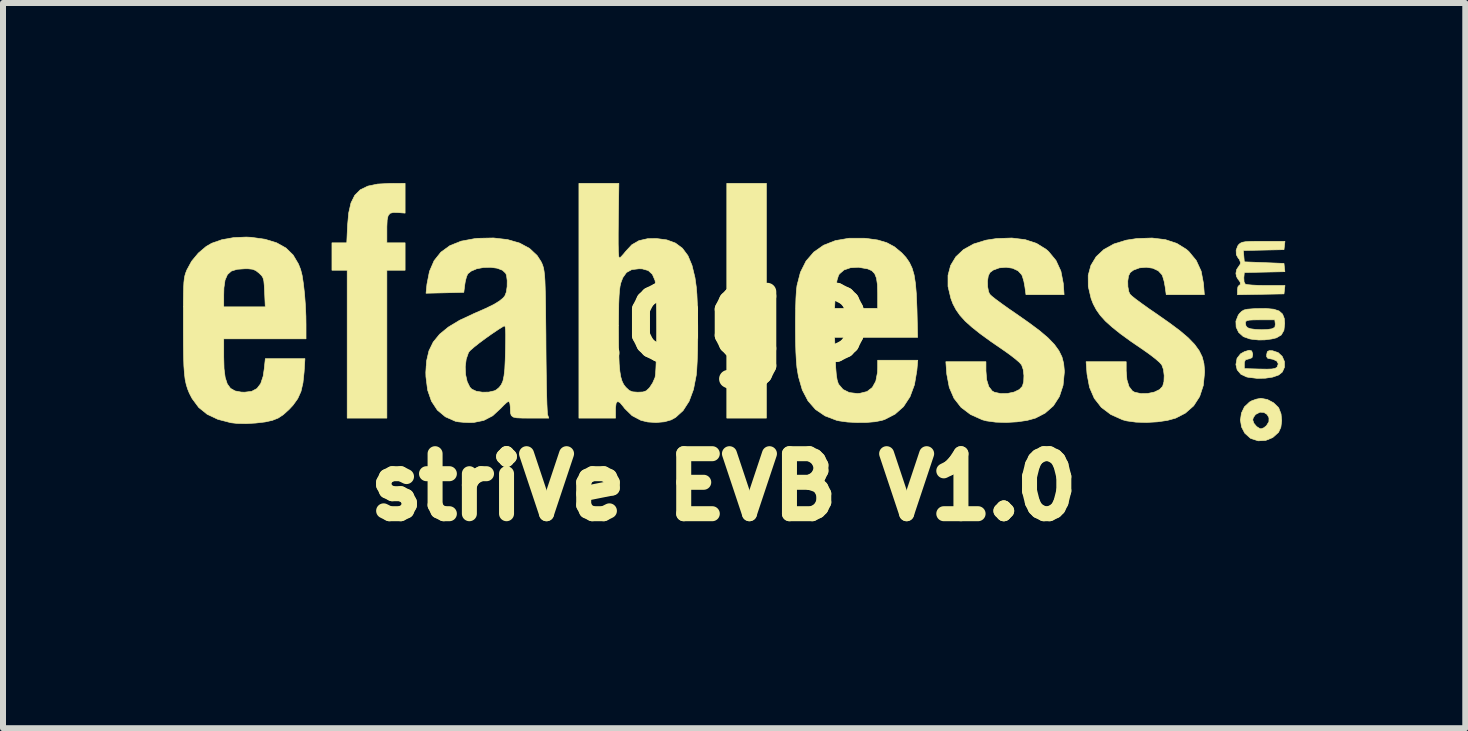
<source format=kicad_pcb>
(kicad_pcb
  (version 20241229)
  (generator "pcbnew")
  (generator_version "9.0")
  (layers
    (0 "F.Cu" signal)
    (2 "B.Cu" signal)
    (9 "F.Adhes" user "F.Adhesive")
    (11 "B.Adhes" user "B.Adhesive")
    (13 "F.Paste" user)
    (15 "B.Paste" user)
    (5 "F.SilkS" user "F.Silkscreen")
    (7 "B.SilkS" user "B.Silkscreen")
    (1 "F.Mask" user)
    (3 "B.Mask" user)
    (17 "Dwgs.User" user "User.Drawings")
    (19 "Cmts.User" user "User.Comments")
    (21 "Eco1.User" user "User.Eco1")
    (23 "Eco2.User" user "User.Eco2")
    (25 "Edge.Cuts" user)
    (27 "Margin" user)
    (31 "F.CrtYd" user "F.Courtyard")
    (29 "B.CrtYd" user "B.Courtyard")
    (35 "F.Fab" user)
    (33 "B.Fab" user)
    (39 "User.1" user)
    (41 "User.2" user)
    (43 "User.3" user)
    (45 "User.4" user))
  (footprint "logo"
    (layer "F.Cu")
    (at 9.009 2.139)
    (property "Reference" "logo" (at 0 0 0) (layer "F.SilkS") (effects (font (size 1.524 1.524) (thickness 0.3))))
    (attr through_hole)
    (fp_poly (pts (xy 0.711 1.778) (xy 0.051 1.778) (xy 0.051 -2.134) (xy 0.711 -2.134) (xy 0.711 1.778)) (stroke (width 0.01) (type solid)) (fill yes) (layer "F.SilkS"))
    (fp_poly (pts (xy -5.309 -1.638) (xy -5.424 -1.647) (xy -5.505 -1.649) (xy -5.559 -1.635) (xy -5.592 -1.595) (xy -5.608 -1.524) (xy -5.613 -1.412) (xy -5.613 -1.368) (xy -5.613 -1.143) (xy -5.309 -1.143) (xy -5.309 -0.686) (xy -5.613 -0.686) (xy -5.613 1.778) (xy -6.274 1.778) (xy -6.274 -0.686) (xy -6.528 -0.686) (xy -6.528 -1.143) (xy -6.281 -1.143) (xy -6.268 -1.43) (xy -6.249 -1.641) (xy -6.211 -1.808) (xy -6.148 -1.935) (xy -6.056 -2.027) (xy -5.93 -2.088) (xy -5.768 -2.122) (xy -5.563 -2.133) (xy -5.544 -2.133) (xy -5.309 -2.134) (xy -5.309 -1.638)) (stroke (width 0.01) (type solid)) (fill yes) (layer "F.SilkS"))
    (fp_poly (pts (xy 9.059 1.468) (xy 9.161 1.522) (xy 9.239 1.597) (xy 9.249 1.611) (xy 9.286 1.708) (xy 9.297 1.821) (xy 9.283 1.931) (xy 9.244 2.016) (xy 9.243 2.016) (xy 9.147 2.102) (xy 9.029 2.15) (xy 8.905 2.156) (xy 8.785 2.118) (xy 8.771 2.109) (xy 8.681 2.028) (xy 8.628 1.925) (xy 8.609 1.809) (xy 8.61 1.807) (xy 8.814 1.807) (xy 8.833 1.863) (xy 8.879 1.918) (xy 8.933 1.952) (xy 8.954 1.956) (xy 8.999 1.939) (xy 9.042 1.905) (xy 9.084 1.837) (xy 9.085 1.772) (xy 9.054 1.717) (xy 9.001 1.683) (xy 8.935 1.679) (xy 8.865 1.715) (xy 8.86 1.718) (xy 8.824 1.77) (xy 8.814 1.807) (xy 8.61 1.807) (xy 8.626 1.694) (xy 8.676 1.59) (xy 8.761 1.51) (xy 8.796 1.49) (xy 8.874 1.462) (xy 8.946 1.448) (xy 8.954 1.448) (xy 9.059 1.468)) (stroke (width 0.01) (type solid)) (fill yes) (layer "F.SilkS"))
    (fp_poly (pts (xy 8.797 0.658) (xy 8.813 0.706) (xy 8.814 0.724) (xy 8.802 0.771) (xy 8.756 0.79) (xy 8.744 0.792) (xy 8.694 0.806) (xy 8.676 0.844) (xy 8.674 0.876) (xy 8.674 0.953) (xy 8.931 0.96) (xy 9.053 0.962) (xy 9.134 0.959) (xy 9.184 0.95) (xy 9.214 0.934) (xy 9.221 0.926) (xy 9.24 0.874) (xy 9.216 0.828) (xy 9.154 0.798) (xy 9.121 0.792) (xy 9.065 0.781) (xy 9.046 0.754) (xy 9.047 0.716) (xy 9.058 0.67) (xy 9.088 0.654) (xy 9.144 0.655) (xy 9.238 0.686) (xy 9.306 0.75) (xy 9.343 0.836) (xy 9.343 0.93) (xy 9.308 1.009) (xy 9.247 1.059) (xy 9.148 1.094) (xy 9.023 1.113) (xy 8.885 1.115) (xy 8.744 1.098) (xy 8.713 1.092) (xy 8.617 1.047) (xy 8.555 0.973) (xy 8.534 0.885) (xy 8.553 0.781) (xy 8.611 0.707) (xy 8.677 0.67) (xy 8.754 0.647) (xy 8.797 0.658)) (stroke (width 0.01) (type solid)) (fill yes) (layer "F.SilkS"))
    (fp_poly (pts (xy 9.164 -0.037) (xy 9.254 -0.007) (xy 9.311 0.044) (xy 9.34 0.118) (xy 9.347 0.2) (xy 9.334 0.315) (xy 9.29 0.392) (xy 9.209 0.44) (xy 9.13 0.459) (xy 9.014 0.474) (xy 8.914 0.476) (xy 8.803 0.464) (xy 8.765 0.458) (xy 8.658 0.42) (xy 8.58 0.35) (xy 8.538 0.261) (xy 8.535 0.189) (xy 8.691 0.189) (xy 8.702 0.242) (xy 8.727 0.271) (xy 8.778 0.289) (xy 8.861 0.3) (xy 8.961 0.305) (xy 9.059 0.301) (xy 9.138 0.289) (xy 9.139 0.288) (xy 9.183 0.264) (xy 9.191 0.213) (xy 9.19 0.206) (xy 9.182 0.14) (xy 8.941 0.14) (xy 8.828 0.141) (xy 8.757 0.145) (xy 8.716 0.154) (xy 8.697 0.17) (xy 8.691 0.189) (xy 8.535 0.189) (xy 8.534 0.162) (xy 8.573 0.063) (xy 8.595 0.033) (xy 8.631 -0.002) (xy 8.669 -0.024) (xy 8.725 -0.037) (xy 8.813 -0.044) (xy 8.863 -0.047) (xy 9.035 -0.049) (xy 9.164 -0.037)) (stroke (width 0.01) (type solid)) (fill yes) (layer "F.SilkS"))
    (fp_poly (pts (xy 9.335 -1.029) (xy 8.996 -1.022) (xy 8.658 -1.015) (xy 8.666 -0.92) (xy 8.674 -0.826) (xy 9.335 -0.8) (xy 9.342 -0.731) (xy 9.35 -0.662) (xy 9.012 -0.655) (xy 8.674 -0.648) (xy 8.666 -0.561) (xy 8.67 -0.491) (xy 8.691 -0.454) (xy 8.729 -0.446) (xy 8.806 -0.439) (xy 8.911 -0.434) (xy 9.034 -0.432) (xy 9.038 -0.432) (xy 9.351 -0.432) (xy 9.335 -0.292) (xy 8.947 -0.285) (xy 8.56 -0.278) (xy 8.56 -0.355) (xy 8.567 -0.409) (xy 8.585 -0.432) (xy 8.585 -0.432) (xy 8.608 -0.449) (xy 8.605 -0.489) (xy 8.576 -0.53) (xy 8.572 -0.533) (xy 8.544 -0.581) (xy 8.534 -0.635) (xy 8.547 -0.699) (xy 8.572 -0.737) (xy 8.605 -0.785) (xy 8.611 -0.813) (xy 8.592 -0.866) (xy 8.572 -0.889) (xy 8.541 -0.945) (xy 8.538 -1.02) (xy 8.565 -1.092) (xy 8.585 -1.118) (xy 8.61 -1.138) (xy 8.642 -1.152) (xy 8.691 -1.161) (xy 8.766 -1.166) (xy 8.875 -1.168) (xy 8.993 -1.168) (xy 9.351 -1.168) (xy 9.335 -1.029)) (stroke (width 0.01) (type solid)) (fill yes) (layer "F.SilkS"))
    (fp_poly (pts (xy 2.345 -1.219) (xy 2.379 -1.216) (xy 2.566 -1.19) (xy 2.717 -1.145) (xy 2.844 -1.077) (xy 2.96 -0.981) (xy 2.961 -0.981) (xy 3.036 -0.9) (xy 3.094 -0.816) (xy 3.139 -0.721) (xy 3.172 -0.608) (xy 3.194 -0.468) (xy 3.209 -0.295) (xy 3.218 -0.08) (xy 3.22 -0.032) (xy 3.231 0.432) (xy 1.848 0.432) (xy 1.859 0.781) (xy 1.866 0.939) (xy 1.876 1.056) (xy 1.889 1.139) (xy 1.907 1.198) (xy 1.915 1.215) (xy 1.987 1.3) (xy 2.092 1.352) (xy 2.225 1.368) (xy 2.267 1.365) (xy 2.388 1.335) (xy 2.476 1.267) (xy 2.534 1.162) (xy 2.562 1.017) (xy 2.565 0.933) (xy 2.565 0.813) (xy 3.233 0.813) (xy 3.218 0.984) (xy 3.178 1.221) (xy 3.104 1.421) (xy 2.996 1.586) (xy 2.854 1.712) (xy 2.681 1.801) (xy 2.633 1.816) (xy 2.521 1.838) (xy 2.376 1.85) (xy 2.217 1.851) (xy 2.061 1.843) (xy 1.925 1.824) (xy 1.88 1.814) (xy 1.688 1.741) (xy 1.53 1.634) (xy 1.404 1.49) (xy 1.309 1.308) (xy 1.245 1.086) (xy 1.22 0.936) (xy 1.21 0.823) (xy 1.202 0.674) (xy 1.197 0.501) (xy 1.195 0.315) (xy 1.195 0.126) (xy 1.198 -0.051) (xy 1.847 -0.051) (xy 2.565 -0.051) (xy 2.565 -0.293) (xy 2.561 -0.445) (xy 2.545 -0.555) (xy 2.515 -0.63) (xy 2.467 -0.679) (xy 2.399 -0.709) (xy 2.394 -0.71) (xy 2.245 -0.736) (xy 2.112 -0.728) (xy 2.004 -0.691) (xy 1.927 -0.624) (xy 1.913 -0.601) (xy 1.889 -0.526) (xy 1.87 -0.413) (xy 1.86 -0.286) (xy 1.847 -0.051) (xy 1.198 -0.051) (xy 1.198 -0.055) (xy 1.203 -0.217) (xy 1.211 -0.349) (xy 1.221 -0.432) (xy 1.278 -0.652) (xy 1.371 -0.838) (xy 1.501 -0.989) (xy 1.664 -1.103) (xy 1.86 -1.18) (xy 2.087 -1.219) (xy 2.345 -1.219)) (stroke (width 0.01) (type solid)) (fill yes) (layer "F.SilkS"))
    (fp_poly (pts (xy 5.023 -1.196) (xy 5.213 -1.133) (xy 5.372 -1.034) (xy 5.413 -0.998) (xy 5.536 -0.849) (xy 5.618 -0.671) (xy 5.658 -0.464) (xy 5.659 -0.451) (xy 5.671 -0.279) (xy 5.353 -0.279) (xy 5.036 -0.279) (xy 5.018 -0.41) (xy 5.001 -0.502) (xy 4.977 -0.583) (xy 4.965 -0.611) (xy 4.904 -0.677) (xy 4.812 -0.72) (xy 4.704 -0.736) (xy 4.592 -0.726) (xy 4.491 -0.689) (xy 4.436 -0.648) (xy 4.408 -0.592) (xy 4.395 -0.506) (xy 4.397 -0.412) (xy 4.413 -0.327) (xy 4.433 -0.286) (xy 4.465 -0.255) (xy 4.533 -0.201) (xy 4.628 -0.131) (xy 4.744 -0.048) (xy 4.871 0.039) (xy 5.088 0.191) (xy 5.265 0.323) (xy 5.404 0.441) (xy 5.509 0.55) (xy 5.585 0.655) (xy 5.636 0.759) (xy 5.664 0.868) (xy 5.675 0.986) (xy 5.675 1.016) (xy 5.654 1.232) (xy 5.593 1.418) (xy 5.493 1.573) (xy 5.354 1.695) (xy 5.193 1.778) (xy 5.055 1.816) (xy 4.888 1.84) (xy 4.708 1.85) (xy 4.532 1.845) (xy 4.377 1.824) (xy 4.31 1.806) (xy 4.113 1.718) (xy 3.955 1.599) (xy 3.837 1.448) (xy 3.758 1.265) (xy 3.717 1.048) (xy 3.715 1.027) (xy 3.701 0.838) (xy 4.369 0.838) (xy 4.369 0.991) (xy 4.381 1.139) (xy 4.416 1.252) (xy 4.473 1.326) (xy 4.509 1.346) (xy 4.614 1.369) (xy 4.728 1.367) (xy 4.837 1.344) (xy 4.925 1.302) (xy 4.976 1.248) (xy 4.998 1.171) (xy 5.002 1.07) (xy 4.99 0.968) (xy 4.963 0.891) (xy 4.926 0.849) (xy 4.856 0.789) (xy 4.764 0.718) (xy 4.664 0.647) (xy 4.45 0.5) (xy 4.275 0.373) (xy 4.134 0.261) (xy 4.023 0.161) (xy 3.937 0.066) (xy 3.871 -0.028) (xy 3.82 -0.124) (xy 3.785 -0.216) (xy 3.737 -0.417) (xy 3.737 -0.601) (xy 3.781 -0.767) (xy 3.868 -0.911) (xy 3.996 -1.031) (xy 4.164 -1.124) (xy 4.368 -1.187) (xy 4.544 -1.214) (xy 4.801 -1.223) (xy 5.023 -1.196)) (stroke (width 0.01) (type solid)) (fill yes) (layer "F.SilkS"))
    (fp_poly (pts (xy 7.36 -1.196) (xy 7.55 -1.133) (xy 7.709 -1.034) (xy 7.75 -0.998) (xy 7.873 -0.849) (xy 7.955 -0.671) (xy 7.994 -0.464) (xy 7.995 -0.451) (xy 8.008 -0.279) (xy 7.69 -0.279) (xy 7.373 -0.279) (xy 7.355 -0.41) (xy 7.338 -0.502) (xy 7.314 -0.583) (xy 7.302 -0.611) (xy 7.241 -0.677) (xy 7.149 -0.72) (xy 7.04 -0.736) (xy 6.928 -0.726) (xy 6.828 -0.689) (xy 6.773 -0.648) (xy 6.745 -0.592) (xy 6.732 -0.506) (xy 6.734 -0.412) (xy 6.75 -0.327) (xy 6.77 -0.286) (xy 6.802 -0.255) (xy 6.87 -0.201) (xy 6.965 -0.131) (xy 7.081 -0.048) (xy 7.208 0.039) (xy 7.425 0.191) (xy 7.602 0.323) (xy 7.741 0.441) (xy 7.846 0.55) (xy 7.922 0.655) (xy 7.973 0.759) (xy 8.001 0.868) (xy 8.012 0.986) (xy 8.012 1.016) (xy 7.991 1.232) (xy 7.93 1.418) (xy 7.83 1.573) (xy 7.691 1.695) (xy 7.53 1.778) (xy 7.392 1.816) (xy 7.225 1.84) (xy 7.044 1.85) (xy 6.868 1.845) (xy 6.714 1.824) (xy 6.647 1.806) (xy 6.45 1.718) (xy 6.292 1.599) (xy 6.174 1.448) (xy 6.095 1.265) (xy 6.054 1.048) (xy 6.052 1.027) (xy 6.038 0.838) (xy 6.706 0.838) (xy 6.706 0.991) (xy 6.718 1.139) (xy 6.753 1.252) (xy 6.81 1.326) (xy 6.846 1.346) (xy 6.95 1.369) (xy 7.065 1.367) (xy 7.174 1.344) (xy 7.262 1.302) (xy 7.313 1.248) (xy 7.335 1.171) (xy 7.339 1.07) (xy 7.327 0.968) (xy 7.299 0.891) (xy 7.262 0.849) (xy 7.193 0.789) (xy 7.101 0.718) (xy 7.001 0.647) (xy 6.786 0.5) (xy 6.611 0.373) (xy 6.471 0.261) (xy 6.36 0.161) (xy 6.274 0.066) (xy 6.208 -0.028) (xy 6.157 -0.124) (xy 6.121 -0.216) (xy 6.074 -0.417) (xy 6.073 -0.601) (xy 6.118 -0.767) (xy 6.205 -0.911) (xy 6.333 -1.031) (xy 6.501 -1.124) (xy 6.705 -1.187) (xy 6.881 -1.214) (xy 7.138 -1.223) (xy 7.36 -1.196)) (stroke (width 0.01) (type solid)) (fill yes) (layer "F.SilkS"))
    (fp_poly (pts (xy -7.874 -1.235) (xy -7.641 -1.202) (xy -7.449 -1.143) (xy -7.295 -1.057) (xy -7.175 -0.94) (xy -7.086 -0.79) (xy -7.05 -0.699) (xy -7.025 -0.601) (xy -7.004 -0.464) (xy -6.985 -0.297) (xy -6.971 -0.112) (xy -6.962 0.08) (xy -6.96 0.222) (xy -6.96 0.457) (xy -8.331 0.457) (xy -8.331 0.761) (xy -8.326 0.954) (xy -8.307 1.101) (xy -8.272 1.208) (xy -8.218 1.282) (xy -8.142 1.325) (xy -8.04 1.344) (xy -7.983 1.346) (xy -7.866 1.332) (xy -7.778 1.285) (xy -7.715 1.203) (xy -7.674 1.079) (xy -7.656 0.956) (xy -7.638 0.787) (xy -6.978 0.787) (xy -6.992 1.01) (xy -7.011 1.19) (xy -7.044 1.333) (xy -7.098 1.453) (xy -7.177 1.563) (xy -7.239 1.63) (xy -7.337 1.719) (xy -7.424 1.777) (xy -7.518 1.814) (xy -7.52 1.815) (xy -7.644 1.842) (xy -7.797 1.86) (xy -7.959 1.869) (xy -8.11 1.866) (xy -8.21 1.855) (xy -8.429 1.798) (xy -8.607 1.714) (xy -8.748 1.6) (xy -8.857 1.453) (xy -8.869 1.431) (xy -8.905 1.361) (xy -8.933 1.292) (xy -8.956 1.218) (xy -8.974 1.134) (xy -8.986 1.033) (xy -8.995 0.909) (xy -9 0.755) (xy -9.003 0.565) (xy -9.004 0.332) (xy -9.004 0.241) (xy -9.004 0.02) (xy -9.004 -0.157) (xy -9.002 -0.276) (xy -8.331 -0.276) (xy -8.331 -0.076) (xy -7.639 -0.076) (xy -7.65 -0.321) (xy -7.656 -0.435) (xy -7.663 -0.51) (xy -7.677 -0.56) (xy -7.699 -0.596) (xy -7.734 -0.63) (xy -7.742 -0.638) (xy -7.797 -0.681) (xy -7.852 -0.703) (xy -7.928 -0.711) (xy -7.977 -0.711) (xy -8.108 -0.702) (xy -8.204 -0.672) (xy -8.269 -0.614) (xy -8.309 -0.523) (xy -8.328 -0.393) (xy -8.331 -0.276) (xy -9.002 -0.276) (xy -9.002 -0.296) (xy -8.999 -0.402) (xy -8.995 -0.483) (xy -8.988 -0.545) (xy -8.979 -0.594) (xy -8.967 -0.636) (xy -8.951 -0.677) (xy -8.945 -0.692) (xy -8.866 -0.837) (xy -8.754 -0.972) (xy -8.623 -1.083) (xy -8.531 -1.136) (xy -8.362 -1.195) (xy -8.165 -1.23) (xy -7.957 -1.239) (xy -7.874 -1.235)) (stroke (width 0.01) (type solid)) (fill yes) (layer "F.SilkS"))
    (fp_poly (pts (xy -1.756 -1.511) (xy -1.758 -1.294) (xy -1.758 -1.123) (xy -1.755 -0.997) (xy -1.749 -0.919) (xy -1.741 -0.89) (xy -1.74 -0.89) (xy -1.712 -0.909) (xy -1.667 -0.959) (xy -1.633 -1.001) (xy -1.532 -1.11) (xy -1.413 -1.179) (xy -1.268 -1.212) (xy -1.123 -1.215) (xy -0.949 -1.192) (xy -0.805 -1.139) (xy -0.689 -1.053) (xy -0.597 -0.93) (xy -0.529 -0.768) (xy -0.479 -0.562) (xy -0.457 -0.404) (xy -0.447 -0.284) (xy -0.44 -0.127) (xy -0.435 0.057) (xy -0.433 0.256) (xy -0.433 0.459) (xy -0.436 0.654) (xy -0.442 0.83) (xy -0.45 0.976) (xy -0.458 1.063) (xy -0.504 1.3) (xy -0.577 1.497) (xy -0.677 1.652) (xy -0.802 1.766) (xy -0.876 1.807) (xy -0.989 1.839) (xy -1.127 1.851) (xy -1.267 1.842) (xy -1.379 1.815) (xy -1.527 1.737) (xy -1.649 1.618) (xy -1.673 1.586) (xy -1.729 1.519) (xy -1.768 1.5) (xy -1.793 1.529) (xy -1.803 1.606) (xy -1.803 1.638) (xy -1.803 1.778) (xy -2.413 1.778) (xy -2.413 0.295) (xy -1.753 0.295) (xy -1.752 0.532) (xy -1.748 0.724) (xy -1.742 0.877) (xy -1.731 0.997) (xy -1.716 1.089) (xy -1.695 1.16) (xy -1.668 1.216) (xy -1.634 1.261) (xy -1.626 1.269) (xy -1.573 1.318) (xy -1.517 1.34) (xy -1.436 1.346) (xy -1.427 1.346) (xy -1.345 1.342) (xy -1.291 1.323) (xy -1.245 1.28) (xy -1.235 1.269) (xy -1.184 1.191) (xy -1.146 1.104) (xy -1.144 1.098) (xy -1.136 1.043) (xy -1.13 0.945) (xy -1.125 0.814) (xy -1.121 0.656) (xy -1.119 0.482) (xy -1.118 0.299) (xy -1.119 0.116) (xy -1.121 -0.059) (xy -1.124 -0.218) (xy -1.129 -0.352) (xy -1.136 -0.453) (xy -1.144 -0.512) (xy -1.144 -0.515) (xy -1.189 -0.618) (xy -1.257 -0.681) (xy -1.356 -0.709) (xy -1.411 -0.711) (xy -1.532 -0.697) (xy -1.62 -0.649) (xy -1.682 -0.562) (xy -1.714 -0.477) (xy -1.727 -0.422) (xy -1.737 -0.35) (xy -1.744 -0.254) (xy -1.749 -0.129) (xy -1.751 0.032) (xy -1.753 0.236) (xy -1.753 0.295) (xy -2.413 0.295) (xy -2.413 -2.134) (xy -1.747 -2.134) (xy -1.756 -1.511)) (stroke (width 0.01) (type solid)) (fill yes) (layer "F.SilkS"))
    (fp_poly (pts (xy -3.602 -1.197) (xy -3.401 -1.139) (xy -3.236 -1.05) (xy -3.109 -0.931) (xy -3.045 -0.832) (xy -3.028 -0.797) (xy -3.014 -0.761) (xy -3.002 -0.719) (xy -2.993 -0.666) (xy -2.985 -0.598) (xy -2.979 -0.51) (xy -2.975 -0.397) (xy -2.971 -0.256) (xy -2.968 -0.08) (xy -2.966 0.134) (xy -2.963 0.392) (xy -2.962 0.584) (xy -2.96 0.815) (xy -2.957 1.032) (xy -2.954 1.23) (xy -2.95 1.401) (xy -2.946 1.542) (xy -2.941 1.646) (xy -2.937 1.707) (xy -2.935 1.721) (xy -2.915 1.778) (xy -3.22 1.778) (xy -3.356 1.777) (xy -3.449 1.773) (xy -3.508 1.76) (xy -3.54 1.734) (xy -3.553 1.691) (xy -3.556 1.627) (xy -3.556 1.598) (xy -3.563 1.533) (xy -3.579 1.5) (xy -3.585 1.499) (xy -3.615 1.516) (xy -3.666 1.563) (xy -3.715 1.614) (xy -3.85 1.739) (xy -3.998 1.816) (xy -4.165 1.85) (xy -4.235 1.852) (xy -4.333 1.848) (xy -4.42 1.84) (xy -4.471 1.83) (xy -4.638 1.756) (xy -4.772 1.644) (xy -4.87 1.495) (xy -4.934 1.31) (xy -4.962 1.088) (xy -4.964 1.016) (xy -4.958 0.923) (xy -4.307 0.923) (xy -4.301 1.053) (xy -4.275 1.17) (xy -4.23 1.262) (xy -4.198 1.295) (xy -4.123 1.33) (xy -4.021 1.346) (xy -3.914 1.344) (xy -3.822 1.323) (xy -3.79 1.307) (xy -3.742 1.267) (xy -3.706 1.22) (xy -3.679 1.159) (xy -3.661 1.074) (xy -3.648 0.96) (xy -3.641 0.808) (xy -3.637 0.664) (xy -3.634 0.502) (xy -3.633 0.385) (xy -3.636 0.306) (xy -3.641 0.261) (xy -3.65 0.242) (xy -3.661 0.242) (xy -3.759 0.303) (xy -3.867 0.376) (xy -3.977 0.454) (xy -4.08 0.531) (xy -4.167 0.6) (xy -4.227 0.653) (xy -4.252 0.683) (xy -4.291 0.795) (xy -4.307 0.923) (xy -4.958 0.923) (xy -4.951 0.824) (xy -4.912 0.657) (xy -4.841 0.511) (xy -4.734 0.38) (xy -4.589 0.261) (xy -4.402 0.148) (xy -4.167 0.038) (xy -4.135 0.024) (xy -3.962 -0.052) (xy -3.831 -0.116) (xy -3.737 -0.174) (xy -3.673 -0.227) (xy -3.647 -0.259) (xy -3.622 -0.323) (xy -3.609 -0.415) (xy -3.608 -0.515) (xy -3.619 -0.6) (xy -3.632 -0.634) (xy -3.686 -0.686) (xy -3.775 -0.72) (xy -3.884 -0.735) (xy -4.002 -0.732) (xy -4.115 -0.711) (xy -4.209 -0.671) (xy -4.264 -0.627) (xy -4.286 -0.578) (xy -4.306 -0.501) (xy -4.314 -0.451) (xy -4.331 -0.318) (xy -4.646 -0.31) (xy -4.96 -0.303) (xy -4.945 -0.454) (xy -4.903 -0.667) (xy -4.826 -0.845) (xy -4.713 -0.987) (xy -4.563 -1.096) (xy -4.375 -1.171) (xy -4.148 -1.213) (xy -4.102 -1.218) (xy -3.836 -1.224) (xy -3.602 -1.197)) (stroke (width 0.01) (type solid)) (fill yes) (layer "F.SilkS"))
    (fp_text user "striVe EVB V1.0" (at 0 2.921 0) (layer "F.SilkS") (effects (font (size 1 1) (thickness 0.25)))))
  (gr_rect
    (start -3 -3)
    (end 21.365 9.083)
    (stroke (width 0.1) (type default))
    (fill no)
    (layer "Edge.Cuts")))
</source>
